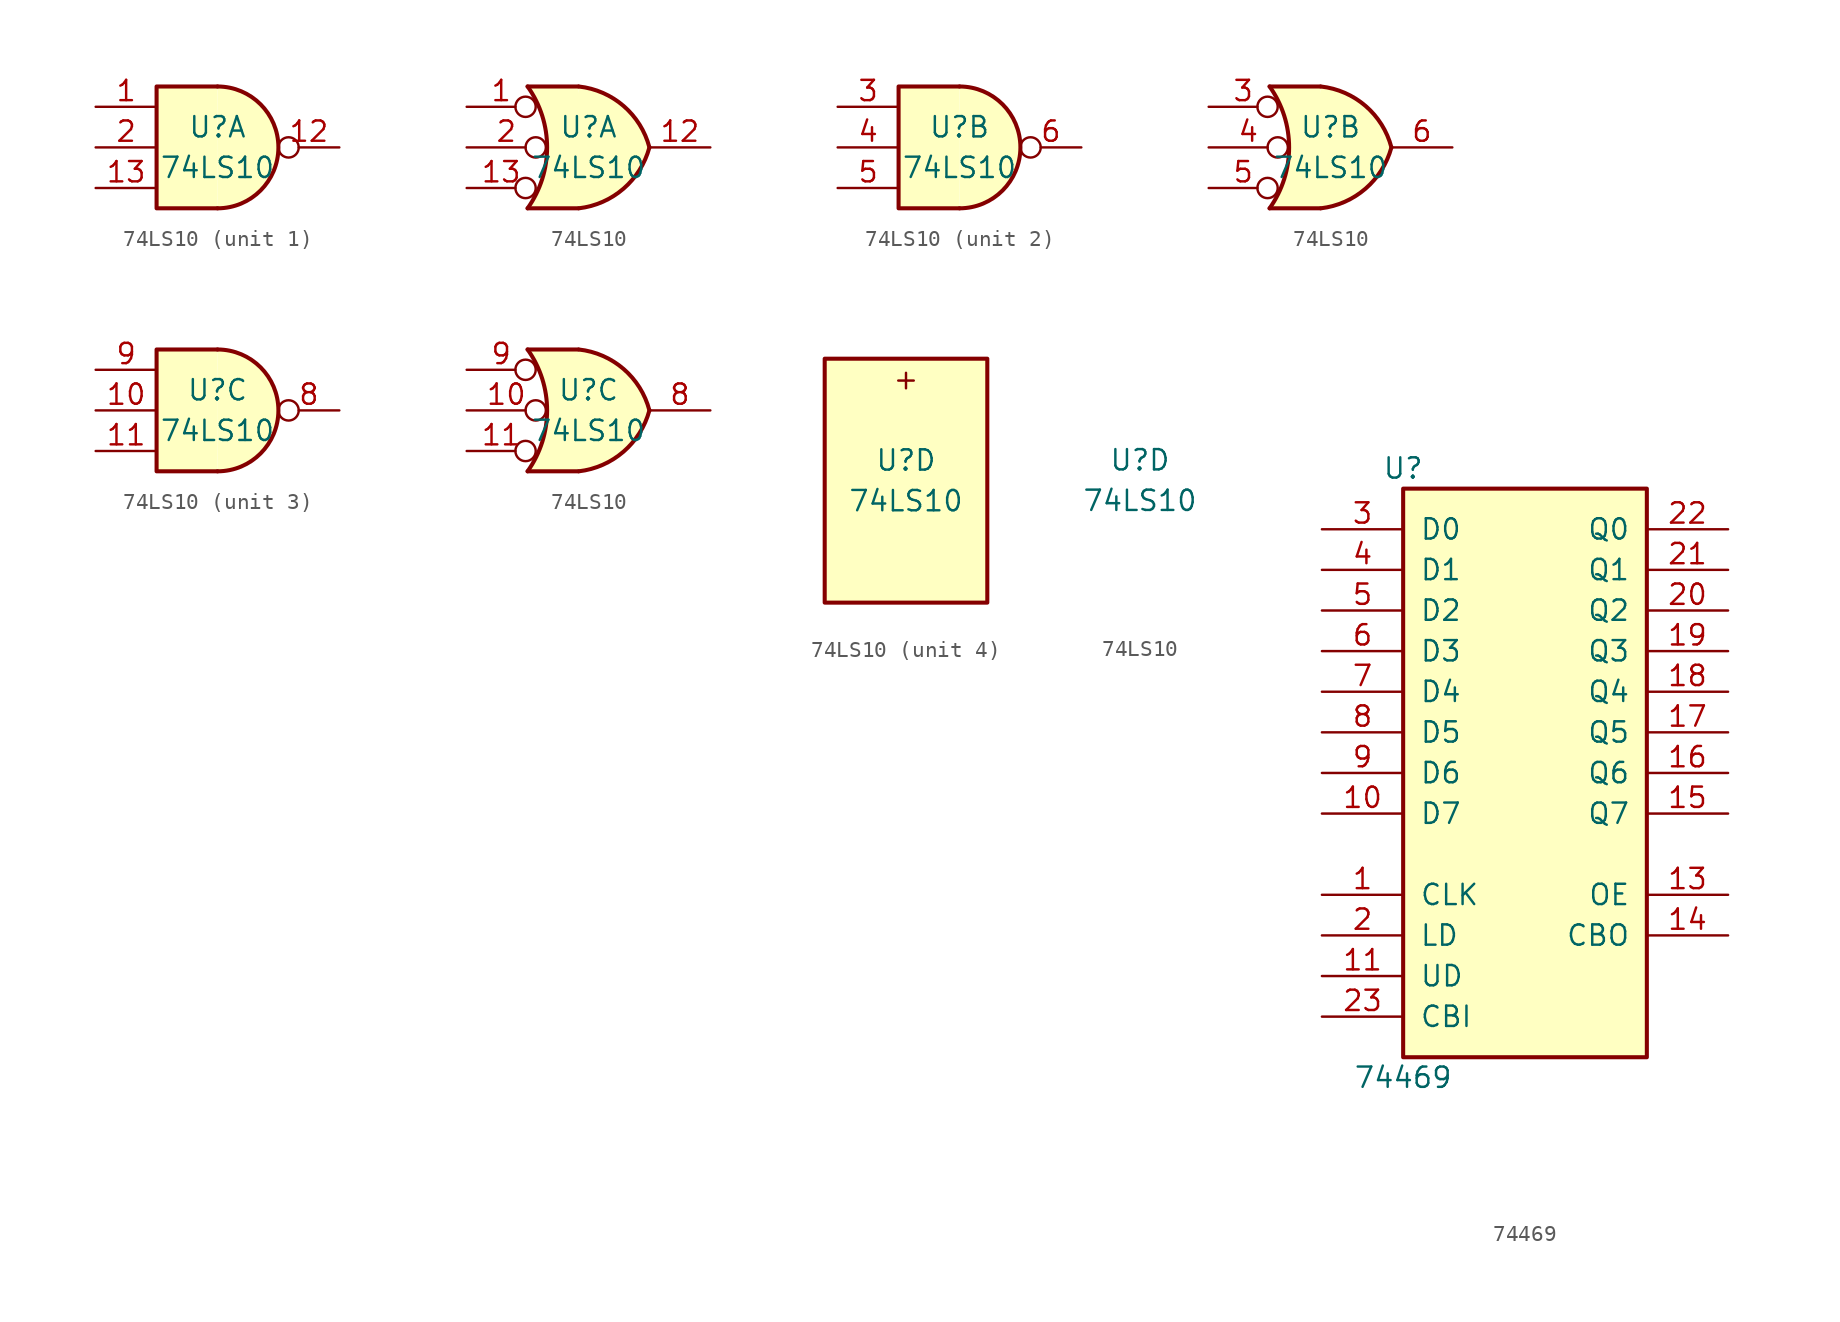
<source format=kicad_sym>
(kicad_symbol_lib
  (version 20231120)
  (generator "kicad_symbol_editor")
  (generator_version "8.0")
  (symbol "74LS10"
    (pin_names
      (offset 1.016))
    (property "Reference" "U"
      (at 0 1.27 0)
      (effects (font (size 1.27 1.27))))
    (property "Value" "74LS10"
      (at 0 -1.27 0)
      (effects (font (size 1.27 1.27))))
    (property "ki_locked" ""
      (at 0 0 0)
      (effects (font (size 1.27 1.27))))
    (symbol "74LS10_1_1"
      (arc (start 0 -3.81) (mid 3.7934 0) (end 0 3.81) (stroke (width 0.254) (type default)) (fill (type background)))
      (polyline (pts (xy 0 3.81) (xy -3.81 3.81) (xy -3.81 -3.81) (xy 0 -3.81)) (stroke (width 0.254) (type default)) (fill (type background)))
      (pin input line (at -7.62 2.54 0) (length 3.81) (name "~" (effects (font (size 1.27 1.27)))) (number "1" (effects (font (size 1.27 1.27)))))
      (pin output inverted (at 7.62 0 180) (length 3.81) (name "~" (effects (font (size 1.27 1.27)))) (number "12" (effects (font (size 1.27 1.27)))))
      (pin input line (at -7.62 -2.54 0) (length 3.81) (name "~" (effects (font (size 1.27 1.27)))) (number "13" (effects (font (size 1.27 1.27)))))
      (pin input line (at -7.62 0 0) (length 3.81) (name "~" (effects (font (size 1.27 1.27)))) (number "2" (effects (font (size 1.27 1.27))))))
    (symbol "74LS10_1_2"
      (arc (start -3.81 -3.81) (mid -2.589 0) (end -3.81 3.81) (stroke (width 0.254) (type default)) (fill (type none)))
      (arc (start -0.6096 -3.81) (mid 2.1842 -2.5851) (end 3.81 0) (stroke (width 0.254) (type default)) (fill (type background)))
      (polyline (pts (xy -3.81 -3.81) (xy -0.635 -3.81)) (stroke (width 0.254) (type default)) (fill (type background)))
      (polyline (pts (xy -3.81 3.81) (xy -0.635 3.81)) (stroke (width 0.254) (type default)) (fill (type background)))
      (polyline (pts (xy -0.635 3.81) (xy -3.81 3.81) (xy -3.81 3.81) (xy -3.556 3.404) (xy -3.023 2.261) (xy -2.692 1.041) (xy -2.616 -0.254) (xy -2.769 -1.499) (xy -3.175 -2.718) (xy -3.81 -3.81) (xy -3.81 -3.81) (xy -0.635 -3.81)) (stroke (width -25.4) (type default)) (fill (type background)))
      (arc (start 3.81 0) (mid 2.1915 2.5936) (end -0.6096 3.81) (stroke (width 0.254) (type default)) (fill (type background)))
      (pin input inverted (at -7.62 2.54 0) (length 4.318) (name "~" (effects (font (size 1.27 1.27)))) (number "1" (effects (font (size 1.27 1.27)))))
      (pin output line (at 7.62 0 180) (length 3.81) (name "~" (effects (font (size 1.27 1.27)))) (number "12" (effects (font (size 1.27 1.27)))))
      (pin input inverted (at -7.62 -2.54 0) (length 4.318) (name "~" (effects (font (size 1.27 1.27)))) (number "13" (effects (font (size 1.27 1.27)))))
      (pin input inverted (at -7.62 0 0) (length 4.953) (name "~" (effects (font (size 1.27 1.27)))) (number "2" (effects (font (size 1.27 1.27))))))
    (symbol "74LS10_2_1"
      (arc (start 0 -3.81) (mid 3.7934 0) (end 0 3.81) (stroke (width 0.254) (type default)) (fill (type background)))
      (polyline (pts (xy 0 3.81) (xy -3.81 3.81) (xy -3.81 -3.81) (xy 0 -3.81)) (stroke (width 0.254) (type default)) (fill (type background)))
      (pin input line (at -7.62 2.54 0) (length 3.81) (name "~" (effects (font (size 1.27 1.27)))) (number "3" (effects (font (size 1.27 1.27)))))
      (pin input line (at -7.62 0 0) (length 3.81) (name "~" (effects (font (size 1.27 1.27)))) (number "4" (effects (font (size 1.27 1.27)))))
      (pin input line (at -7.62 -2.54 0) (length 3.81) (name "~" (effects (font (size 1.27 1.27)))) (number "5" (effects (font (size 1.27 1.27)))))
      (pin output inverted (at 7.62 0 180) (length 3.81) (name "~" (effects (font (size 1.27 1.27)))) (number "6" (effects (font (size 1.27 1.27))))))
    (symbol "74LS10_2_2"
      (arc (start -3.81 -3.81) (mid -2.589 0) (end -3.81 3.81) (stroke (width 0.254) (type default)) (fill (type none)))
      (arc (start -0.6096 -3.81) (mid 2.1842 -2.5851) (end 3.81 0) (stroke (width 0.254) (type default)) (fill (type background)))
      (polyline (pts (xy -3.81 -3.81) (xy -0.635 -3.81)) (stroke (width 0.254) (type default)) (fill (type background)))
      (polyline (pts (xy -3.81 3.81) (xy -0.635 3.81)) (stroke (width 0.254) (type default)) (fill (type background)))
      (polyline (pts (xy -0.635 3.81) (xy -3.81 3.81) (xy -3.81 3.81) (xy -3.556 3.404) (xy -3.023 2.261) (xy -2.692 1.041) (xy -2.616 -0.254) (xy -2.769 -1.499) (xy -3.175 -2.718) (xy -3.81 -3.81) (xy -3.81 -3.81) (xy -0.635 -3.81)) (stroke (width -25.4) (type default)) (fill (type background)))
      (arc (start 3.81 0) (mid 2.1915 2.5936) (end -0.6096 3.81) (stroke (width 0.254) (type default)) (fill (type background)))
      (pin input inverted (at -7.62 2.54 0) (length 4.318) (name "~" (effects (font (size 1.27 1.27)))) (number "3" (effects (font (size 1.27 1.27)))))
      (pin input inverted (at -7.62 0 0) (length 4.953) (name "~" (effects (font (size 1.27 1.27)))) (number "4" (effects (font (size 1.27 1.27)))))
      (pin input inverted (at -7.62 -2.54 0) (length 4.318) (name "~" (effects (font (size 1.27 1.27)))) (number "5" (effects (font (size 1.27 1.27)))))
      (pin output line (at 7.62 0 180) (length 3.81) (name "~" (effects (font (size 1.27 1.27)))) (number "6" (effects (font (size 1.27 1.27))))))
    (symbol "74LS10_3_1"
      (arc (start 0 -3.81) (mid 3.7934 0) (end 0 3.81) (stroke (width 0.254) (type default)) (fill (type background)))
      (polyline (pts (xy 0 3.81) (xy -3.81 3.81) (xy -3.81 -3.81) (xy 0 -3.81)) (stroke (width 0.254) (type default)) (fill (type background)))
      (pin input line (at -7.62 0 0) (length 3.81) (name "~" (effects (font (size 1.27 1.27)))) (number "10" (effects (font (size 1.27 1.27)))))
      (pin input line (at -7.62 -2.54 0) (length 3.81) (name "~" (effects (font (size 1.27 1.27)))) (number "11" (effects (font (size 1.27 1.27)))))
      (pin output inverted (at 7.62 0 180) (length 3.81) (name "~" (effects (font (size 1.27 1.27)))) (number "8" (effects (font (size 1.27 1.27)))))
      (pin input line (at -7.62 2.54 0) (length 3.81) (name "~" (effects (font (size 1.27 1.27)))) (number "9" (effects (font (size 1.27 1.27))))))
    (symbol "74LS10_3_2"
      (arc (start -3.81 -3.81) (mid -2.589 0) (end -3.81 3.81) (stroke (width 0.254) (type default)) (fill (type none)))
      (arc (start -0.6096 -3.81) (mid 2.1842 -2.5851) (end 3.81 0) (stroke (width 0.254) (type default)) (fill (type background)))
      (polyline (pts (xy -3.81 -3.81) (xy -0.635 -3.81)) (stroke (width 0.254) (type default)) (fill (type background)))
      (polyline (pts (xy -3.81 3.81) (xy -0.635 3.81)) (stroke (width 0.254) (type default)) (fill (type background)))
      (polyline (pts (xy -0.635 3.81) (xy -3.81 3.81) (xy -3.81 3.81) (xy -3.556 3.404) (xy -3.023 2.261) (xy -2.692 1.041) (xy -2.616 -0.254) (xy -2.769 -1.499) (xy -3.175 -2.718) (xy -3.81 -3.81) (xy -3.81 -3.81) (xy -0.635 -3.81)) (stroke (width -25.4) (type default)) (fill (type background)))
      (arc (start 3.81 0) (mid 2.1915 2.5936) (end -0.6096 3.81) (stroke (width 0.254) (type default)) (fill (type background)))
      (pin input inverted (at -7.62 0 0) (length 4.953) (name "~" (effects (font (size 1.27 1.27)))) (number "10" (effects (font (size 1.27 1.27)))))
      (pin input inverted (at -7.62 -2.54 0) (length 4.318) (name "~" (effects (font (size 1.27 1.27)))) (number "11" (effects (font (size 1.27 1.27)))))
      (pin output line (at 7.62 0 180) (length 3.81) (name "~" (effects (font (size 1.27 1.27)))) (number "8" (effects (font (size 1.27 1.27)))))
      (pin input inverted (at -7.62 2.54 0) (length 4.318) (name "~" (effects (font (size 1.27 1.27)))) (number "9" (effects (font (size 1.27 1.27))))))
    (symbol "74LS10_4_0"
      (pin power_in line (at 0 7.62 270) (length 5.08) hide (name "VCC" (effects (font (size 1.27 1.27)))) (number "14" (effects (font (size 1.27 1.27)))))
      (pin power_in line (at 0 -7.62 90) (length 5.08) hide (name "GND" (effects (font (size 1.27 1.27)))) (number "7" (effects (font (size 1.27 1.27))))))
    (symbol "74LS10_4_1"
      (rectangle (start -5.08 7.62) (end 5.08 -7.62) (stroke (width 0.254) (type default)) (fill (type background)))
      (text "+" (at 0 6.35 0) (effects (font (size 1.27 1.27))))))
  (symbol "74469"
    (pin_names
      (offset 1.016))
    (property "Reference" "U"
      (at -7.62 19.05 0)
      (effects (font (size 1.27 1.27))))
    (property "Value" "74469"
      (at -7.62 -19.05 0)
      (effects (font (size 1.27 1.27))))
    (property "ki_locked" ""
      (at 0 0 0)
      (effects (font (size 1.27 1.27))))
    (symbol "74469_1_0"
      (pin input line (at -12.7 -7.62 0) (length 5.08) (name "CLK" (effects (font (size 1.27 1.27)))) (number "1" (effects (font (size 1.27 1.27)))))
      (pin input line (at -12.7 -2.54 0) (length 5.08) (name "D7" (effects (font (size 1.27 1.27)))) (number "10" (effects (font (size 1.27 1.27)))))
      (pin input line (at -12.7 -12.7 0) (length 5.08) (name "UD" (effects (font (size 1.27 1.27)))) (number "11" (effects (font (size 1.27 1.27)))))
      (pin input line (at 0 -22.86 90) (length 5.08) hide (name "GND" (effects (font (size 1.27 1.27)))) (number "12" (effects (font (size 1.27 1.27)))))
      (pin input line (at 12.7 -7.62 180) (length 5.08) (name "OE" (effects (font (size 1.27 1.27)))) (number "13" (effects (font (size 1.27 1.27)))))
      (pin output line (at 12.7 -10.16 180) (length 5.08) (name "CBO" (effects (font (size 1.27 1.27)))) (number "14" (effects (font (size 1.27 1.27)))))
      (pin tri_state line (at 12.7 -2.54 180) (length 5.08) (name "Q7" (effects (font (size 1.27 1.27)))) (number "15" (effects (font (size 1.27 1.27)))))
      (pin tri_state line (at 12.7 0 180) (length 5.08) (name "Q6" (effects (font (size 1.27 1.27)))) (number "16" (effects (font (size 1.27 1.27)))))
      (pin tri_state line (at 12.7 2.54 180) (length 5.08) (name "Q5" (effects (font (size 1.27 1.27)))) (number "17" (effects (font (size 1.27 1.27)))))
      (pin tri_state line (at 12.7 5.08 180) (length 5.08) (name "Q4" (effects (font (size 1.27 1.27)))) (number "18" (effects (font (size 1.27 1.27)))))
      (pin tri_state line (at 12.7 7.62 180) (length 5.08) (name "Q3" (effects (font (size 1.27 1.27)))) (number "19" (effects (font (size 1.27 1.27)))))
      (pin input line (at -12.7 -10.16 0) (length 5.08) (name "LD" (effects (font (size 1.27 1.27)))) (number "2" (effects (font (size 1.27 1.27)))))
      (pin tri_state line (at 12.7 10.16 180) (length 5.08) (name "Q2" (effects (font (size 1.27 1.27)))) (number "20" (effects (font (size 1.27 1.27)))))
      (pin tri_state line (at 12.7 12.7 180) (length 5.08) (name "Q1" (effects (font (size 1.27 1.27)))) (number "21" (effects (font (size 1.27 1.27)))))
      (pin tri_state line (at 12.7 15.24 180) (length 5.08) (name "Q0" (effects (font (size 1.27 1.27)))) (number "22" (effects (font (size 1.27 1.27)))))
      (pin input line (at -12.7 -15.24 0) (length 5.08) (name "CBI" (effects (font (size 1.27 1.27)))) (number "23" (effects (font (size 1.27 1.27)))))
      (pin input line (at 0 22.86 270) (length 5.08) hide (name "VCC" (effects (font (size 1.27 1.27)))) (number "24" (effects (font (size 1.27 1.27)))))
      (pin input line (at -12.7 15.24 0) (length 5.08) (name "D0" (effects (font (size 1.27 1.27)))) (number "3" (effects (font (size 1.27 1.27)))))
      (pin input line (at -12.7 12.7 0) (length 5.08) (name "D1" (effects (font (size 1.27 1.27)))) (number "4" (effects (font (size 1.27 1.27)))))
      (pin input line (at -12.7 10.16 0) (length 5.08) (name "D2" (effects (font (size 1.27 1.27)))) (number "5" (effects (font (size 1.27 1.27)))))
      (pin input line (at -12.7 7.62 0) (length 5.08) (name "D3" (effects (font (size 1.27 1.27)))) (number "6" (effects (font (size 1.27 1.27)))))
      (pin input line (at -12.7 5.08 0) (length 5.08) (name "D4" (effects (font (size 1.27 1.27)))) (number "7" (effects (font (size 1.27 1.27)))))
      (pin input line (at -12.7 2.54 0) (length 5.08) (name "D5" (effects (font (size 1.27 1.27)))) (number "8" (effects (font (size 1.27 1.27)))))
      (pin input line (at -12.7 0 0) (length 5.08) (name "D6" (effects (font (size 1.27 1.27)))) (number "9" (effects (font (size 1.27 1.27))))))
    (symbol "74469_1_1"
      (rectangle (start -7.62 17.78) (end 7.62 -17.78) (stroke (width 0.254) (type default)) (fill (type background))))))
</source>
